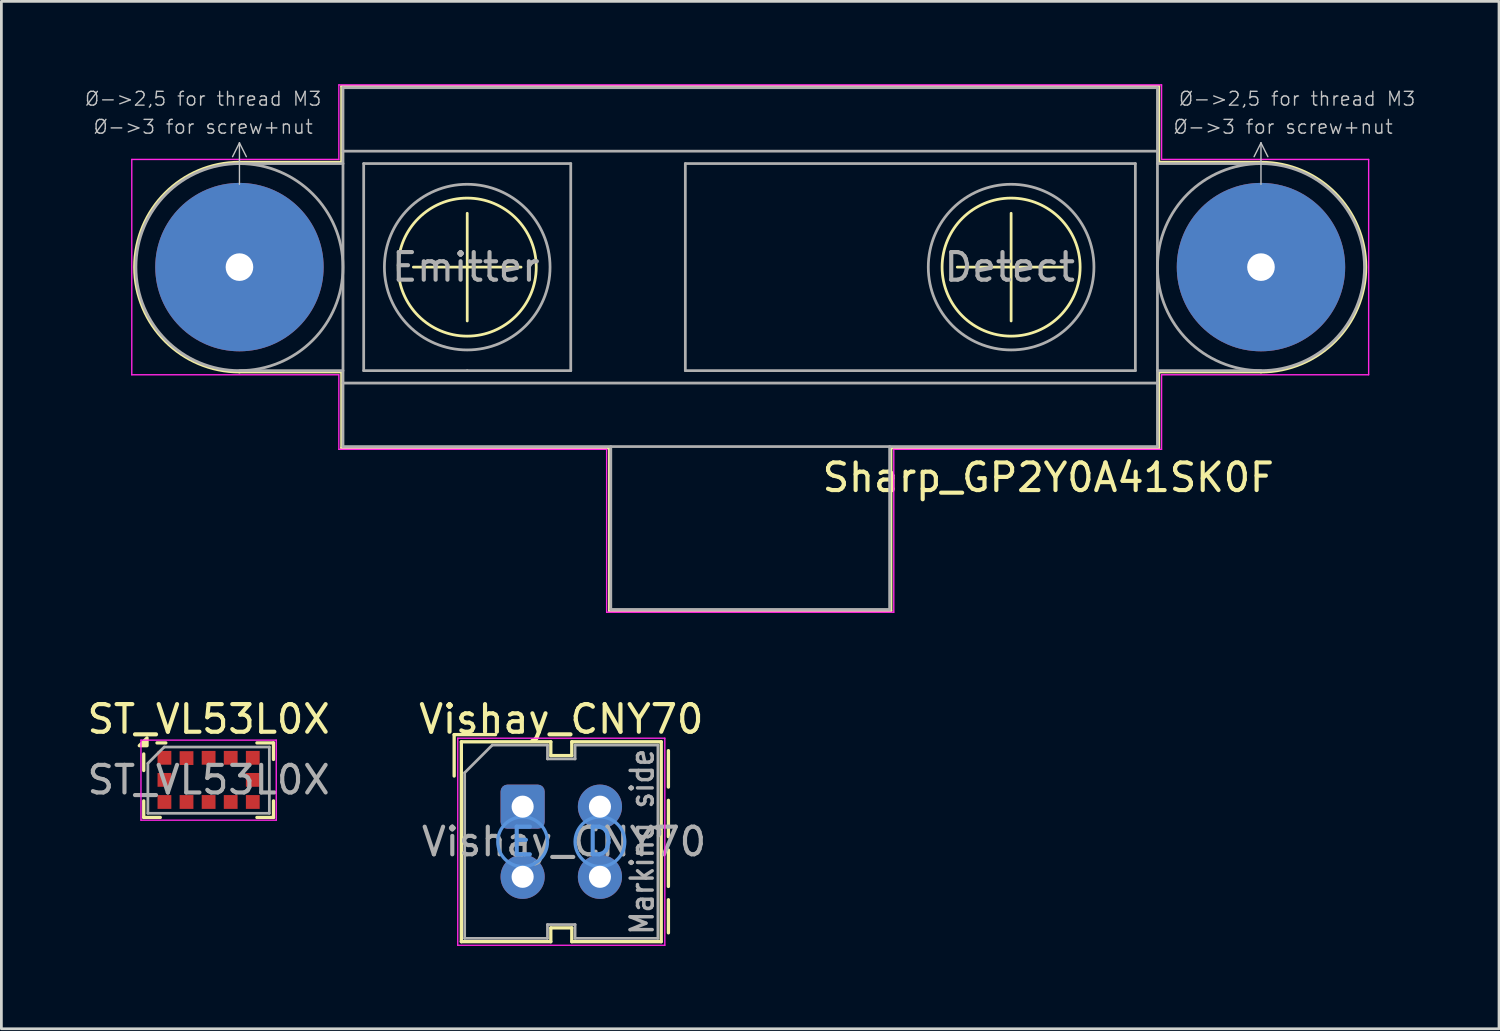
<source format=kicad_pcb>
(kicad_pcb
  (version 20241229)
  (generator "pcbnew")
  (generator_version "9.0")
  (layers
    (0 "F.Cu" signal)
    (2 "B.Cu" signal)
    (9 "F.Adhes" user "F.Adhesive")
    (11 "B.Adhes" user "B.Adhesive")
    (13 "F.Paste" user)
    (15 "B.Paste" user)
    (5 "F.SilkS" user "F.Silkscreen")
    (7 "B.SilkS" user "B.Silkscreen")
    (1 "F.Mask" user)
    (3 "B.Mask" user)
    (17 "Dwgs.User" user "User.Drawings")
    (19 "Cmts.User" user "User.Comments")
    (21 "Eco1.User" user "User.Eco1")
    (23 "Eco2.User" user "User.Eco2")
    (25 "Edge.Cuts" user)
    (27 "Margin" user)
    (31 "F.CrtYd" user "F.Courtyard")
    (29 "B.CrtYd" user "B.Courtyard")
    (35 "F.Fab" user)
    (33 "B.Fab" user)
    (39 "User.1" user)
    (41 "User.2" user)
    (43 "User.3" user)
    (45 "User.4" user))
  (footprint "ST_VL53L0X"
    (layer "F.Cu")
    (at 4.506 25.198)
    (property "Reference" "ST_VL53L0X" (at 0 -2.2 180) (layer "F.SilkS") (effects (font (size 1 1) (thickness 0.15))))
    (attr smd)
    (fp_line (start -2.35 -0.94) (end -2.35 -0.34) (stroke (width 0.12) (type solid)) (layer "F.SilkS"))
    (fp_line (start -2.35 1.36) (end -2.35 0.76) (stroke (width 0.12) (type solid)) (layer "F.SilkS"))
    (fp_line (start -1.87 -1.34) (end -1.55 -1.34) (stroke (width 0.12) (type solid)) (layer "F.SilkS"))
    (fp_line (start -1.75 1.36) (end -2.35 1.36) (stroke (width 0.12) (type solid)) (layer "F.SilkS"))
    (fp_line (start 1.75 -1.34) (end 2.35 -1.34) (stroke (width 0.12) (type solid)) (layer "F.SilkS"))
    (fp_line (start 2.35 -1.34) (end 2.35 -0.74) (stroke (width 0.12) (type solid)) (layer "F.SilkS"))
    (fp_line (start 2.35 0.76) (end 2.35 1.36) (stroke (width 0.12) (type solid)) (layer "F.SilkS"))
    (fp_line (start 2.35 1.36) (end 1.75 1.36) (stroke (width 0.12) (type solid)) (layer "F.SilkS"))
    (fp_poly (pts (xy -2.23 -1.24) (xy -2.51 -1.24) (xy -2.23 -1.52) (xy -2.23 -1.24)) (stroke (width 0.12) (type solid)) (fill yes) (layer "F.SilkS"))
    (fp_line (start -2.45 -1.44) (end -2.45 1.46) (stroke (width 0.05) (type solid)) (layer "F.CrtYd"))
    (fp_line (start -2.45 1.46) (end 2.45 1.46) (stroke (width 0.05) (type solid)) (layer "F.CrtYd"))
    (fp_line (start 2.45 -1.44) (end -2.45 -1.44) (stroke (width 0.05) (type solid)) (layer "F.CrtYd"))
    (fp_line (start 2.45 1.46) (end 2.45 -1.44) (stroke (width 0.05) (type solid)) (layer "F.CrtYd"))
    (fp_line (start -2.2 1.21) (end -2.2 -0.59) (stroke (width 0.1) (type solid)) (layer "F.Fab"))
    (fp_line (start -1.61 -1.19) (end -2.2 -0.6) (stroke (width 0.1) (type solid)) (layer "F.Fab"))
    (fp_line (start -1.6 -1.19) (end 2.2 -1.19) (stroke (width 0.1) (type solid)) (layer "F.Fab"))
    (fp_line (start 2.2 -1.19) (end 2.2 1.21) (stroke (width 0.1) (type solid)) (layer "F.Fab"))
    (fp_line (start 2.2 1.21) (end -2.2 1.21) (stroke (width 0.1) (type solid)) (layer "F.Fab"))
    (fp_text user "${REFERENCE}" (at 0 0 180) (layer "F.Fab") (effects (font (size 1 1) (thickness 0.15))))
    (pad "1" smd rect (at -1.6 -0.8 90) (size 0.5 0.5) (layers "F.Cu" "F.Mask" "F.Paste"))
    (pad "2" smd rect (at -0.8 -0.79 90) (size 0.5 0.5) (layers "F.Cu" "F.Mask" "F.Paste"))
    (pad "3" smd rect (at 0 -0.8 90) (size 0.5 0.5) (layers "F.Cu" "F.Mask" "F.Paste"))
    (pad "4" smd rect (at 0.8 -0.8 90) (size 0.5 0.5) (layers "F.Cu" "F.Mask" "F.Paste"))
    (pad "5" smd rect (at 1.6 -0.8 90) (size 0.5 0.5) (layers "F.Cu" "F.Mask" "F.Paste"))
    (pad "6" smd rect (at 1.6 0 90) (size 0.5 0.5) (layers "F.Cu" "F.Mask" "F.Paste"))
    (pad "7" smd rect (at 1.6 0.8 90) (size 0.5 0.5) (layers "F.Cu" "F.Mask" "F.Paste"))
    (pad "8" smd rect (at 0.8 0.8 90) (size 0.5 0.5) (layers "F.Cu" "F.Mask" "F.Paste"))
    (pad "9" smd rect (at 0 0.8 90) (size 0.5 0.5) (layers "F.Cu" "F.Mask" "F.Paste"))
    (pad "10" smd rect (at -0.8 0.8 90) (size 0.5 0.5) (layers "F.Cu" "F.Mask" "F.Paste"))
    (pad "11" smd rect (at -1.6 0.8 90) (size 0.5 0.5) (layers "F.Cu" "F.Mask" "F.Paste"))
    (pad "12" smd rect (at -1.6 0 90) (size 0.5 0.5) (layers "F.Cu" "F.Mask" "F.Paste")))
  (footprint "Sharp_GP2Y0A41SK0F"
    (layer "F.Cu")
    (at 24.123 6.625)
    (property "Reference" "Sharp_GP2Y0A41SK0F" (at 10.795 7.62 0) (layer "F.SilkS") (effects (font (size 1 1) (thickness 0.15))))
    (attr exclude_from_pos_files exclude_from_bom)
    (fp_line (start -18.5 -3.8) (end -14.8 -3.8) (stroke (width 0.1) (type solid)) (layer "F.SilkS"))
    (fp_line (start -14.8 -6.55) (end 14.8 -6.55) (stroke (width 0.1) (type solid)) (layer "F.SilkS"))
    (fp_line (start -14.8 -3.8) (end -14.8 -6.55) (stroke (width 0.1) (type solid)) (layer "F.SilkS"))
    (fp_line (start -14.8 3.8) (end -18.5 3.8) (stroke (width 0.1) (type solid)) (layer "F.SilkS"))
    (fp_line (start -14.8 6.55) (end -14.8 3.8) (stroke (width 0.1) (type solid)) (layer "F.SilkS"))
    (fp_line (start -12.2 0) (end -8.3 0) (stroke (width 0.1) (type solid)) (layer "F.SilkS"))
    (fp_line (start -10.25 -1.95) (end -10.25 1.95) (stroke (width 0.1) (type solid)) (layer "F.SilkS"))
    (fp_line (start -5.1 6.55) (end -14.8 6.55) (stroke (width 0.1) (type solid)) (layer "F.SilkS"))
    (fp_line (start -5.1 12.45) (end -5.1 6.55) (stroke (width 0.1) (type solid)) (layer "F.SilkS"))
    (fp_line (start 5.1 6.55) (end 5.1 12.45) (stroke (width 0.1) (type solid)) (layer "F.SilkS"))
    (fp_line (start 5.1 12.45) (end -5.1 12.45) (stroke (width 0.1) (type solid)) (layer "F.SilkS"))
    (fp_line (start 7.5 0) (end 11.4 0) (stroke (width 0.1) (type solid)) (layer "F.SilkS"))
    (fp_line (start 9.45 -1.95) (end 9.45 1.95) (stroke (width 0.1) (type solid)) (layer "F.SilkS"))
    (fp_line (start 14.8 -6.55) (end 14.8 -3.8) (stroke (width 0.1) (type solid)) (layer "F.SilkS"))
    (fp_line (start 14.8 -3.8) (end 18.5 -3.8) (stroke (width 0.1) (type solid)) (layer "F.SilkS"))
    (fp_line (start 14.8 3.8) (end 14.8 6.55) (stroke (width 0.1) (type solid)) (layer "F.SilkS"))
    (fp_line (start 14.8 6.55) (end 5.1 6.55) (stroke (width 0.1) (type solid)) (layer "F.SilkS"))
    (fp_line (start 18.5 3.8) (end 14.8 3.8) (stroke (width 0.1) (type solid)) (layer "F.SilkS"))
    (fp_arc (start -18.5 3.8) (mid -22.3 0) (end -18.5 -3.8) (stroke (width 0.1) (type solid)) (layer "F.SilkS"))
    (fp_arc (start 18.5 -3.8) (mid 22.3 0) (end 18.5 3.8) (stroke (width 0.1) (type solid)) (layer "F.SilkS"))
    (fp_circle (center -10.25 0) (end -7.75 0) (stroke (width 0.1) (type solid)) (fill no) (layer "F.SilkS"))
    (fp_circle (center 9.45 0) (end 11.95 0) (stroke (width 0.1) (type solid)) (fill no) (layer "F.SilkS"))
    (fp_line (start -18.5 -4.5) (end -18.75 -4) (stroke (width 0.05) (type solid)) (layer "Dwgs.User"))
    (fp_line (start -18.5 -4.5) (end -18.25 -4) (stroke (width 0.05) (type solid)) (layer "Dwgs.User"))
    (fp_line (start -18.5 -3) (end -18.5 -4.5) (stroke (width 0.05) (type solid)) (layer "Dwgs.User"))
    (fp_line (start 18.5 -4.5) (end 18.25 -4) (stroke (width 0.05) (type solid)) (layer "Dwgs.User"))
    (fp_line (start 18.5 -4.5) (end 18.75 -4) (stroke (width 0.05) (type solid)) (layer "Dwgs.User"))
    (fp_line (start 18.5 -3) (end 18.5 -4.5) (stroke (width 0.05) (type solid)) (layer "Dwgs.User"))
    (fp_line (start -22.4 -3.9) (end -14.9 -3.9) (stroke (width 0.05) (type solid)) (layer "F.CrtYd"))
    (fp_line (start -22.4 3.9) (end -22.4 -3.9) (stroke (width 0.05) (type solid)) (layer "F.CrtYd"))
    (fp_line (start -14.9 -6.6) (end 14.9 -6.6) (stroke (width 0.05) (type solid)) (layer "F.CrtYd"))
    (fp_line (start -14.9 -3.9) (end -14.9 -6.6) (stroke (width 0.05) (type solid)) (layer "F.CrtYd"))
    (fp_line (start -14.9 3.9) (end -22.4 3.9) (stroke (width 0.05) (type solid)) (layer "F.CrtYd"))
    (fp_line (start -14.9 6.6) (end -14.9 3.9) (stroke (width 0.05) (type solid)) (layer "F.CrtYd"))
    (fp_line (start -5.2 6.6) (end -14.9 6.6) (stroke (width 0.05) (type solid)) (layer "F.CrtYd"))
    (fp_line (start -5.2 12.5) (end -5.2 6.6) (stroke (width 0.05) (type solid)) (layer "F.CrtYd"))
    (fp_line (start 5.2 6.6) (end 5.2 12.5) (stroke (width 0.05) (type solid)) (layer "F.CrtYd"))
    (fp_line (start 5.2 12.5) (end -5.2 12.5) (stroke (width 0.05) (type solid)) (layer "F.CrtYd"))
    (fp_line (start 14.9 -6.6) (end 14.9 -3.9) (stroke (width 0.05) (type solid)) (layer "F.CrtYd"))
    (fp_line (start 14.9 -3.9) (end 22.4 -3.9) (stroke (width 0.05) (type solid)) (layer "F.CrtYd"))
    (fp_line (start 14.9 3.9) (end 14.9 6.6) (stroke (width 0.05) (type solid)) (layer "F.CrtYd"))
    (fp_line (start 14.9 6.6) (end 5.2 6.6) (stroke (width 0.05) (type solid)) (layer "F.CrtYd"))
    (fp_line (start 22.4 -3.9) (end 22.4 3.9) (stroke (width 0.05) (type solid)) (layer "F.CrtYd"))
    (fp_line (start 22.4 3.9) (end 14.9 3.9) (stroke (width 0.05) (type solid)) (layer "F.CrtYd"))
    (fp_line (start -18.5 -3.75) (end -14.75 -3.75) (stroke (width 0.1) (type solid)) (layer "F.Fab"))
    (fp_line (start -18.5 3.75) (end -14.75 3.75) (stroke (width 0.1) (type solid)) (layer "F.Fab"))
    (fp_line (start -14.75 -6.5) (end 14.75 -6.5) (stroke (width 0.1) (type solid)) (layer "F.Fab"))
    (fp_line (start -14.75 -4.2) (end 14.75 -4.2) (stroke (width 0.1) (type solid)) (layer "F.Fab"))
    (fp_line (start -14.75 6.5) (end -14.75 -6.5) (stroke (width 0.1) (type solid)) (layer "F.Fab"))
    (fp_line (start -14 -3.75) (end -6.5 -3.75) (stroke (width 0.1) (type solid)) (layer "F.Fab"))
    (fp_line (start -14 3.75) (end -14 -3.75) (stroke (width 0.1) (type solid)) (layer "F.Fab"))
    (fp_line (start -10.25 3.75) (end -14 3.75) (stroke (width 0.1) (type solid)) (layer "F.Fab"))
    (fp_line (start -6.5 -3.75) (end -6.5 3.75) (stroke (width 0.1) (type solid)) (layer "F.Fab"))
    (fp_line (start -6.5 3.75) (end -10.25 3.75) (stroke (width 0.1) (type solid)) (layer "F.Fab"))
    (fp_line (start -5.05 12.4) (end -5.05 6.5) (stroke (width 0.1) (type solid)) (layer "F.Fab"))
    (fp_line (start -2.35 -3.75) (end -2.35 3.75) (stroke (width 0.1) (type solid)) (layer "F.Fab"))
    (fp_line (start -2.35 3.75) (end 13.95 3.75) (stroke (width 0.1) (type solid)) (layer "F.Fab"))
    (fp_line (start 5.05 12.4) (end -5.05 12.4) (stroke (width 0.1) (type solid)) (layer "F.Fab"))
    (fp_line (start 5.05 12.4) (end 5.05 6.5) (stroke (width 0.1) (type solid)) (layer "F.Fab"))
    (fp_line (start 13.95 -3.75) (end -2.35 -3.75) (stroke (width 0.1) (type solid)) (layer "F.Fab"))
    (fp_line (start 13.95 3.75) (end 13.95 -3.75) (stroke (width 0.1) (type solid)) (layer "F.Fab"))
    (fp_line (start 14.75 -6.5) (end 14.75 6.5) (stroke (width 0.1) (type solid)) (layer "F.Fab"))
    (fp_line (start 14.75 4.2) (end -14.75 4.2) (stroke (width 0.1) (type solid)) (layer "F.Fab"))
    (fp_line (start 14.75 6.5) (end -14.75 6.5) (stroke (width 0.1) (type solid)) (layer "F.Fab"))
    (fp_line (start 18.5 -3.75) (end 14.75 -3.75) (stroke (width 0.1) (type solid)) (layer "F.Fab"))
    (fp_line (start 18.5 3.75) (end 14.75 3.75) (stroke (width 0.1) (type solid)) (layer "F.Fab"))
    (fp_circle (center -18.5 0) (end -22.25 0) (stroke (width 0.1) (type solid)) (fill no) (layer "F.Fab"))
    (fp_circle (center -10.25 0) (end -7.25 0) (stroke (width 0.1) (type solid)) (fill no) (layer "F.Fab"))
    (fp_circle (center 9.45 0) (end 12.45 0) (stroke (width 0.1) (type solid)) (fill no) (layer "F.Fab"))
    (fp_circle (center 18.5 0) (end 22.25 0) (stroke (width 0.1) (type solid)) (fill no) (layer "F.Fab"))
    (fp_text user "Ø->2,5 for thread M3" (at 19.812 -6.096 0) (layer "Dwgs.User") (effects (font (size 0.5 0.5) (thickness 0.05))))
    (fp_text user "Ø->2,5 for thread M3" (at -19.812 -6.096 0) (layer "Dwgs.User") (effects (font (size 0.5 0.5) (thickness 0.05))))
    (fp_text user "Ø->3 for screw+nut" (at 19.304 -5.08 0) (layer "Dwgs.User") (effects (font (size 0.5 0.5) (thickness 0.05))))
    (fp_text user "Ø->3 for screw+nut" (at -19.812 -5.08 0) (layer "Dwgs.User") (effects (font (size 0.5 0.5) (thickness 0.05))))
    (fp_text user "Emitter" (at -10.3 0 0) (layer "F.Fab") (effects (font (size 1 1) (thickness 0.15))))
    (fp_text user "Detect" (at 9.4 0 0) (layer "F.Fab") (effects (font (size 1 1) (thickness 0.15))))
    (pad "1" thru_hole circle (at -18.5 0) (size 6.1 6.1) (drill 1) (layers "*.Cu" "*.Mask"))
    (pad "2" thru_hole circle (at 18.5 0) (size 6.1 6.1) (drill 1) (layers "*.Cu" "*.Mask")))
  (footprint "Vishay_CNY70"
    (layer "F.Cu")
    (at 15.88 26.168)
    (property "Reference" "Vishay_CNY70" (at 1.4 -3.17 0) (layer "F.SilkS") (effects (font (size 1 1) (thickness 0.15))))
    (attr through_hole)
    (fp_line (start -2.48 -2.61) (end -2.48 -1.11) (stroke (width 0.12) (type default)) (layer "F.SilkS"))
    (fp_line (start -2.48 -2.61) (end -0.98 -2.61) (stroke (width 0.12) (type default)) (layer "F.SilkS"))
    (fp_line (start -2.22 -2.35) (end -2.22 4.89) (stroke (width 0.12) (type solid)) (layer "F.SilkS"))
    (fp_line (start 1.02 -2.35) (end -2.22 -2.35) (stroke (width 0.12) (type solid)) (layer "F.SilkS"))
    (fp_line (start 1.02 -2.35) (end 1.02 -1.85) (stroke (width 0.12) (type default)) (layer "F.SilkS"))
    (fp_line (start 1.02 -1.85) (end 1.78 -1.85) (stroke (width 0.12) (type default)) (layer "F.SilkS"))
    (fp_line (start 1.02 4.39) (end 1.02 4.89) (stroke (width 0.12) (type default)) (layer "F.SilkS"))
    (fp_line (start 1.02 4.89) (end -2.22 4.89) (stroke (width 0.12) (type default)) (layer "F.SilkS"))
    (fp_line (start 1.78 -2.35) (end 5.02 -2.35) (stroke (width 0.12) (type default)) (layer "F.SilkS"))
    (fp_line (start 1.78 -1.85) (end 1.78 -2.35) (stroke (width 0.12) (type default)) (layer "F.SilkS"))
    (fp_line (start 1.78 4.39) (end 1.02 4.39) (stroke (width 0.12) (type default)) (layer "F.SilkS"))
    (fp_line (start 1.78 4.89) (end 1.78 4.39) (stroke (width 0.12) (type default)) (layer "F.SilkS"))
    (fp_line (start 1.78 4.89) (end 5.02 4.89) (stroke (width 0.12) (type solid)) (layer "F.SilkS"))
    (fp_line (start 5.02 4.89) (end 5.02 -2.35) (stroke (width 0.12) (type solid)) (layer "F.SilkS"))
    (fp_line (start 5.28 -2.03) (end 5.28 4.57) (stroke (width 0.12) (type dash)) (layer "F.SilkS"))
    (fp_circle (center 0 1.27) (end 0.9 1.27) (stroke (width 0.12) (type default)) (fill no) (layer "Cmts.User"))
    (fp_circle (center 2.8 1.27) (end 3.7 1.27) (stroke (width 0.12) (type default)) (fill no) (layer "Cmts.User"))
    (fp_line (start -2.35 -2.48) (end -2.35 5.02) (stroke (width 0.05) (type solid)) (layer "F.CrtYd"))
    (fp_line (start -2.35 -2.48) (end 5.15 -2.48) (stroke (width 0.05) (type solid)) (layer "F.CrtYd"))
    (fp_line (start 5.15 5.02) (end -2.35 5.02) (stroke (width 0.05) (type solid)) (layer "F.CrtYd"))
    (fp_line (start 5.15 5.02) (end 5.15 -2.48) (stroke (width 0.05) (type solid)) (layer "F.CrtYd"))
    (fp_line (start -2.1 -1.23) (end -1.1 -2.23) (stroke (width 0.1) (type solid)) (layer "F.Fab"))
    (fp_line (start -2.1 4.77) (end -2.1 -1.23) (stroke (width 0.1) (type solid)) (layer "F.Fab"))
    (fp_line (start -1.1 -2.23) (end 0.9 -2.23) (stroke (width 0.1) (type solid)) (layer "F.Fab"))
    (fp_line (start 0.9 -2.23) (end 0.9 -1.73) (stroke (width 0.1) (type solid)) (layer "F.Fab"))
    (fp_line (start 0.9 -1.73) (end 1.9 -1.73) (stroke (width 0.1) (type solid)) (layer "F.Fab"))
    (fp_line (start 0.9 4.27) (end 0.9 4.77) (stroke (width 0.1) (type solid)) (layer "F.Fab"))
    (fp_line (start 0.9 4.77) (end -2.1 4.77) (stroke (width 0.1) (type solid)) (layer "F.Fab"))
    (fp_line (start 1.9 -2.23) (end 4.9 -2.23) (stroke (width 0.1) (type default)) (layer "F.Fab"))
    (fp_line (start 1.9 -1.73) (end 1.9 -2.23) (stroke (width 0.1) (type solid)) (layer "F.Fab"))
    (fp_line (start 1.9 4.27) (end 0.9 4.27) (stroke (width 0.1) (type solid)) (layer "F.Fab"))
    (fp_line (start 1.9 4.77) (end 1.9 4.27) (stroke (width 0.1) (type solid)) (layer "F.Fab"))
    (fp_line (start 1.9 4.77) (end 4.9 4.77) (stroke (width 0.1) (type default)) (layer "F.Fab"))
    (fp_line (start 4.9 -2.23) (end 4.9 4.77) (stroke (width 0.1) (type solid)) (layer "F.Fab"))
    (fp_text user "E" (at 0 1.27 0) (layer "Cmts.User") (effects (font (size 1 1) (thickness 0.15))))
    (fp_text user "D" (at 2.8 1.27 0) (layer "Cmts.User") (effects (font (size 1 1) (thickness 0.15))))
    (fp_text user "${REFERENCE}" (at 1.5 1.27 0) (layer "F.Fab") (effects (font (size 1 1) (thickness 0.15))))
    (fp_text user "Marking side" (at 4.33 1.27 90) (layer "F.Fab") (effects (font (size 0.8 0.7) (thickness 0.125))))
    (pad "1" thru_hole roundrect (at 0 0) (size 1.6 1.6) (drill 0.8) (layers "*.Cu" "*.Mask") (roundrect_rratio 0.156))
    (pad "2" thru_hole circle (at 0 2.54) (size 1.6 1.6) (drill 0.8) (layers "*.Cu" "*.Mask"))
    (pad "3" thru_hole circle (at 2.8 2.54) (size 1.6 1.6) (drill 0.8) (layers "*.Cu" "*.Mask"))
    (pad "4" thru_hole circle (at 2.8 0) (size 1.6 1.6) (drill 0.8) (layers "*.Cu" "*.Mask")))
  (gr_rect
    (start -3 -3)
    (end 51.245 34.213)
    (stroke (width 0.1) (type default))
    (fill no)
    (layer "Edge.Cuts")))
</source>
